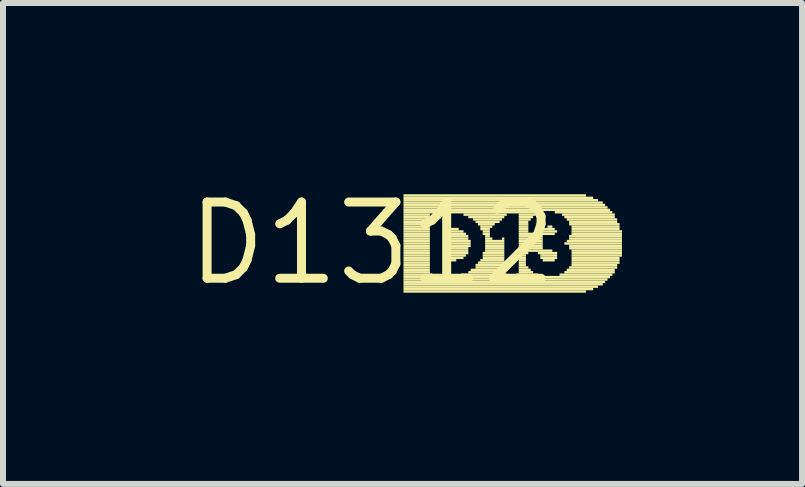
<source format=kicad_pcb>
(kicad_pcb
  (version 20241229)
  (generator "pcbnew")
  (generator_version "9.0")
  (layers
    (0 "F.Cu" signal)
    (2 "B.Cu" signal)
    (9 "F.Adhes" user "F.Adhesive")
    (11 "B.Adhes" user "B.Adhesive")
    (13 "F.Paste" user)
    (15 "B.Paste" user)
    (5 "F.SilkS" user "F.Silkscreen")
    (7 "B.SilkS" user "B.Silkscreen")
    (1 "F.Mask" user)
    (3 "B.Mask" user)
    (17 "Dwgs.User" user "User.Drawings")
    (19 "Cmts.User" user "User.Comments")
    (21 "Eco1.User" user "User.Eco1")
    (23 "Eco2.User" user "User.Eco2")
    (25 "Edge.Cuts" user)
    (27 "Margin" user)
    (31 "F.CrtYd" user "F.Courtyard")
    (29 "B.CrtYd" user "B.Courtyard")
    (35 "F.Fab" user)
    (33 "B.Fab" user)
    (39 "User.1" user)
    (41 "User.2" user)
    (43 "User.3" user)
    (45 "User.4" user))
  (footprint "D1312"
    (layer "F.Cu")
    (at 3.152 1.006)
    (property "Reference" "D1312" (at 0 0 0) (layer "F.SilkS") (effects (font (size 1.27 1.27) (thickness 0.15))))
    (fp_poly (pts (xy 0.52 -0.78) (xy 3.56 -0.78) (xy 3.56 -0.82) (xy 0.52 -0.82)) (stroke (width 0) (type default)) (fill yes) (layer "F.SilkS"))
    (fp_poly (pts (xy 0.52 -0.74) (xy 3.68 -0.74) (xy 3.68 -0.78) (xy 0.52 -0.78)) (stroke (width 0) (type default)) (fill yes) (layer "F.SilkS"))
    (fp_poly (pts (xy 0.52 -0.7) (xy 3.76 -0.7) (xy 3.76 -0.74) (xy 0.52 -0.74)) (stroke (width 0) (type default)) (fill yes) (layer "F.SilkS"))
    (fp_poly (pts (xy 0.52 -0.66) (xy 3.84 -0.66) (xy 3.84 -0.7) (xy 0.52 -0.7)) (stroke (width 0) (type default)) (fill yes) (layer "F.SilkS"))
    (fp_poly (pts (xy 0.52 -0.62) (xy 3.88 -0.62) (xy 3.88 -0.66) (xy 0.52 -0.66)) (stroke (width 0) (type default)) (fill yes) (layer "F.SilkS"))
    (fp_poly (pts (xy 0.52 -0.58) (xy 3.92 -0.58) (xy 3.92 -0.62) (xy 0.52 -0.62)) (stroke (width 0) (type default)) (fill yes) (layer "F.SilkS"))
    (fp_poly (pts (xy 0.52 -0.54) (xy 3.96 -0.54) (xy 3.96 -0.58) (xy 0.52 -0.58)) (stroke (width 0) (type default)) (fill yes) (layer "F.SilkS"))
    (fp_poly (pts (xy 0.52 -0.5) (xy 2.84 -0.5) (xy 2.84 -0.54) (xy 0.52 -0.54)) (stroke (width 0) (type default)) (fill yes) (layer "F.SilkS"))
    (fp_poly (pts (xy 0.52 -0.46) (xy 0.96 -0.46) (xy 0.96 -0.5) (xy 0.52 -0.5)) (stroke (width 0) (type default)) (fill yes) (layer "F.SilkS"))
    (fp_poly (pts (xy 0.52 -0.42) (xy 0.96 -0.42) (xy 0.96 -0.46) (xy 0.52 -0.46)) (stroke (width 0) (type default)) (fill yes) (layer "F.SilkS"))
    (fp_poly (pts (xy 0.52 -0.38) (xy 0.96 -0.38) (xy 0.96 -0.42) (xy 0.52 -0.42)) (stroke (width 0) (type default)) (fill yes) (layer "F.SilkS"))
    (fp_poly (pts (xy 0.52 -0.34) (xy 0.96 -0.34) (xy 0.96 -0.38) (xy 0.52 -0.38)) (stroke (width 0) (type default)) (fill yes) (layer "F.SilkS"))
    (fp_poly (pts (xy 0.52 -0.3) (xy 0.96 -0.3) (xy 0.96 -0.34) (xy 0.52 -0.34)) (stroke (width 0) (type default)) (fill yes) (layer "F.SilkS"))
    (fp_poly (pts (xy 0.52 -0.26) (xy 0.96 -0.26) (xy 0.96 -0.3) (xy 0.52 -0.3)) (stroke (width 0) (type default)) (fill yes) (layer "F.SilkS"))
    (fp_poly (pts (xy 0.52 -0.22) (xy 0.96 -0.22) (xy 0.96 -0.26) (xy 0.52 -0.26)) (stroke (width 0) (type default)) (fill yes) (layer "F.SilkS"))
    (fp_poly (pts (xy 0.52 -0.18) (xy 0.96 -0.18) (xy 0.96 -0.22) (xy 0.52 -0.22)) (stroke (width 0) (type default)) (fill yes) (layer "F.SilkS"))
    (fp_poly (pts (xy 0.52 -0.14) (xy 0.96 -0.14) (xy 0.96 -0.18) (xy 0.52 -0.18)) (stroke (width 0) (type default)) (fill yes) (layer "F.SilkS"))
    (fp_poly (pts (xy 0.52 -0.1) (xy 0.96 -0.1) (xy 0.96 -0.14) (xy 0.52 -0.14)) (stroke (width 0) (type default)) (fill yes) (layer "F.SilkS"))
    (fp_poly (pts (xy 0.52 -0.06) (xy 0.96 -0.06) (xy 0.96 -0.1) (xy 0.52 -0.1)) (stroke (width 0) (type default)) (fill yes) (layer "F.SilkS"))
    (fp_poly (pts (xy 0.52 -0.02) (xy 0.96 -0.02) (xy 0.96 -0.06) (xy 0.52 -0.06)) (stroke (width 0) (type default)) (fill yes) (layer "F.SilkS"))
    (fp_poly (pts (xy 0.52 0.02) (xy 0.96 0.02) (xy 0.96 -0.02) (xy 0.52 -0.02)) (stroke (width 0) (type default)) (fill yes) (layer "F.SilkS"))
    (fp_poly (pts (xy 0.52 0.06) (xy 0.96 0.06) (xy 0.96 0.02) (xy 0.52 0.02)) (stroke (width 0) (type default)) (fill yes) (layer "F.SilkS"))
    (fp_poly (pts (xy 0.52 0.1) (xy 0.96 0.1) (xy 0.96 0.06) (xy 0.52 0.06)) (stroke (width 0) (type default)) (fill yes) (layer "F.SilkS"))
    (fp_poly (pts (xy 0.52 0.14) (xy 0.96 0.14) (xy 0.96 0.1) (xy 0.52 0.1)) (stroke (width 0) (type default)) (fill yes) (layer "F.SilkS"))
    (fp_poly (pts (xy 0.52 0.18) (xy 0.96 0.18) (xy 0.96 0.14) (xy 0.52 0.14)) (stroke (width 0) (type default)) (fill yes) (layer "F.SilkS"))
    (fp_poly (pts (xy 0.52 0.22) (xy 0.96 0.22) (xy 0.96 0.18) (xy 0.52 0.18)) (stroke (width 0) (type default)) (fill yes) (layer "F.SilkS"))
    (fp_poly (pts (xy 0.52 0.26) (xy 0.96 0.26) (xy 0.96 0.22) (xy 0.52 0.22)) (stroke (width 0) (type default)) (fill yes) (layer "F.SilkS"))
    (fp_poly (pts (xy 0.52 0.3) (xy 0.96 0.3) (xy 0.96 0.26) (xy 0.52 0.26)) (stroke (width 0) (type default)) (fill yes) (layer "F.SilkS"))
    (fp_poly (pts (xy 0.52 0.34) (xy 0.96 0.34) (xy 0.96 0.3) (xy 0.52 0.3)) (stroke (width 0) (type default)) (fill yes) (layer "F.SilkS"))
    (fp_poly (pts (xy 0.52 0.38) (xy 0.96 0.38) (xy 0.96 0.34) (xy 0.52 0.34)) (stroke (width 0) (type default)) (fill yes) (layer "F.SilkS"))
    (fp_poly (pts (xy 0.52 0.42) (xy 0.96 0.42) (xy 0.96 0.38) (xy 0.52 0.38)) (stroke (width 0) (type default)) (fill yes) (layer "F.SilkS"))
    (fp_poly (pts (xy 0.52 0.46) (xy 0.96 0.46) (xy 0.96 0.42) (xy 0.52 0.42)) (stroke (width 0) (type default)) (fill yes) (layer "F.SilkS"))
    (fp_poly (pts (xy 0.52 0.5) (xy 0.96 0.5) (xy 0.96 0.46) (xy 0.52 0.46)) (stroke (width 0) (type default)) (fill yes) (layer "F.SilkS"))
    (fp_poly (pts (xy 0.52 0.54) (xy 1 0.54) (xy 1 0.5) (xy 0.52 0.5)) (stroke (width 0) (type default)) (fill yes) (layer "F.SilkS"))
    (fp_poly (pts (xy 0.52 0.58) (xy 3.96 0.58) (xy 3.96 0.54) (xy 0.52 0.54)) (stroke (width 0) (type default)) (fill yes) (layer "F.SilkS"))
    (fp_poly (pts (xy 0.52 0.62) (xy 3.92 0.62) (xy 3.92 0.58) (xy 0.52 0.58)) (stroke (width 0) (type default)) (fill yes) (layer "F.SilkS"))
    (fp_poly (pts (xy 0.52 0.66) (xy 3.88 0.66) (xy 3.88 0.62) (xy 0.52 0.62)) (stroke (width 0) (type default)) (fill yes) (layer "F.SilkS"))
    (fp_poly (pts (xy 0.52 0.7) (xy 3.84 0.7) (xy 3.84 0.66) (xy 0.52 0.66)) (stroke (width 0) (type default)) (fill yes) (layer "F.SilkS"))
    (fp_poly (pts (xy 0.52 0.74) (xy 3.76 0.74) (xy 3.76 0.7) (xy 0.52 0.7)) (stroke (width 0) (type default)) (fill yes) (layer "F.SilkS"))
    (fp_poly (pts (xy 0.52 0.78) (xy 3.68 0.78) (xy 3.68 0.74) (xy 0.52 0.74)) (stroke (width 0) (type default)) (fill yes) (layer "F.SilkS"))
    (fp_poly (pts (xy 0.52 0.82) (xy 3.56 0.82) (xy 3.56 0.78) (xy 0.52 0.78)) (stroke (width 0) (type default)) (fill yes) (layer "F.SilkS"))
    (fp_poly (pts (xy 1.2 -0.22) (xy 1.44 -0.22) (xy 1.44 -0.26) (xy 1.2 -0.26)) (stroke (width 0) (type default)) (fill yes) (layer "F.SilkS"))
    (fp_poly (pts (xy 1.2 -0.18) (xy 1.52 -0.18) (xy 1.52 -0.22) (xy 1.2 -0.22)) (stroke (width 0) (type default)) (fill yes) (layer "F.SilkS"))
    (fp_poly (pts (xy 1.2 -0.14) (xy 1.56 -0.14) (xy 1.56 -0.18) (xy 1.2 -0.18)) (stroke (width 0) (type default)) (fill yes) (layer "F.SilkS"))
    (fp_poly (pts (xy 1.2 -0.1) (xy 1.6 -0.1) (xy 1.6 -0.14) (xy 1.2 -0.14)) (stroke (width 0) (type default)) (fill yes) (layer "F.SilkS"))
    (fp_poly (pts (xy 1.2 -0.06) (xy 1.6 -0.06) (xy 1.6 -0.1) (xy 1.2 -0.1)) (stroke (width 0) (type default)) (fill yes) (layer "F.SilkS"))
    (fp_poly (pts (xy 1.2 -0.02) (xy 1.64 -0.02) (xy 1.64 -0.06) (xy 1.2 -0.06)) (stroke (width 0) (type default)) (fill yes) (layer "F.SilkS"))
    (fp_poly (pts (xy 1.2 0.02) (xy 1.64 0.02) (xy 1.64 -0.02) (xy 1.2 -0.02)) (stroke (width 0) (type default)) (fill yes) (layer "F.SilkS"))
    (fp_poly (pts (xy 1.2 0.06) (xy 1.64 0.06) (xy 1.64 0.02) (xy 1.2 0.02)) (stroke (width 0) (type default)) (fill yes) (layer "F.SilkS"))
    (fp_poly (pts (xy 1.2 0.1) (xy 1.6 0.1) (xy 1.6 0.06) (xy 1.2 0.06)) (stroke (width 0) (type default)) (fill yes) (layer "F.SilkS"))
    (fp_poly (pts (xy 1.2 0.14) (xy 1.6 0.14) (xy 1.6 0.1) (xy 1.2 0.1)) (stroke (width 0) (type default)) (fill yes) (layer "F.SilkS"))
    (fp_poly (pts (xy 1.2 0.18) (xy 1.6 0.18) (xy 1.6 0.14) (xy 1.2 0.14)) (stroke (width 0) (type default)) (fill yes) (layer "F.SilkS"))
    (fp_poly (pts (xy 1.2 0.22) (xy 1.56 0.22) (xy 1.56 0.18) (xy 1.2 0.18)) (stroke (width 0) (type default)) (fill yes) (layer "F.SilkS"))
    (fp_poly (pts (xy 1.2 0.26) (xy 1.52 0.26) (xy 1.52 0.22) (xy 1.2 0.22)) (stroke (width 0) (type default)) (fill yes) (layer "F.SilkS"))
    (fp_poly (pts (xy 1.24 0.3) (xy 1.4 0.3) (xy 1.4 0.26) (xy 1.24 0.26)) (stroke (width 0) (type default)) (fill yes) (layer "F.SilkS"))
    (fp_poly (pts (xy 1.48 0.54) (xy 2.24 0.54) (xy 2.24 0.5) (xy 1.48 0.5)) (stroke (width 0) (type default)) (fill yes) (layer "F.SilkS"))
    (fp_poly (pts (xy 1.52 -0.46) (xy 2.24 -0.46) (xy 2.24 -0.5) (xy 1.52 -0.5)) (stroke (width 0) (type default)) (fill yes) (layer "F.SilkS"))
    (fp_poly (pts (xy 1.6 -0.42) (xy 2.2 -0.42) (xy 2.2 -0.46) (xy 1.6 -0.46)) (stroke (width 0) (type default)) (fill yes) (layer "F.SilkS"))
    (fp_poly (pts (xy 1.6 0.5) (xy 2.2 0.5) (xy 2.2 0.46) (xy 1.6 0.46)) (stroke (width 0) (type default)) (fill yes) (layer "F.SilkS"))
    (fp_poly (pts (xy 1.64 0.46) (xy 2.2 0.46) (xy 2.2 0.42) (xy 1.64 0.42)) (stroke (width 0) (type default)) (fill yes) (layer "F.SilkS"))
    (fp_poly (pts (xy 1.68 -0.38) (xy 2.16 -0.38) (xy 2.16 -0.42) (xy 1.68 -0.42)) (stroke (width 0) (type default)) (fill yes) (layer "F.SilkS"))
    (fp_poly (pts (xy 1.72 -0.34) (xy 2.12 -0.34) (xy 2.12 -0.38) (xy 1.72 -0.38)) (stroke (width 0) (type default)) (fill yes) (layer "F.SilkS"))
    (fp_poly (pts (xy 1.72 0.38) (xy 2.2 0.38) (xy 2.2 0.34) (xy 1.72 0.34)) (stroke (width 0) (type default)) (fill yes) (layer "F.SilkS"))
    (fp_poly (pts (xy 1.72 0.42) (xy 2.2 0.42) (xy 2.2 0.38) (xy 1.72 0.38)) (stroke (width 0) (type default)) (fill yes) (layer "F.SilkS"))
    (fp_poly (pts (xy 1.76 -0.3) (xy 2.04 -0.3) (xy 2.04 -0.34) (xy 1.76 -0.34)) (stroke (width 0) (type default)) (fill yes) (layer "F.SilkS"))
    (fp_poly (pts (xy 1.76 0.34) (xy 2.2 0.34) (xy 2.2 0.3) (xy 1.76 0.3)) (stroke (width 0) (type default)) (fill yes) (layer "F.SilkS"))
    (fp_poly (pts (xy 1.8 -0.26) (xy 2 -0.26) (xy 2 -0.3) (xy 1.8 -0.3)) (stroke (width 0) (type default)) (fill yes) (layer "F.SilkS"))
    (fp_poly (pts (xy 1.8 -0.22) (xy 1.96 -0.22) (xy 1.96 -0.26) (xy 1.8 -0.26)) (stroke (width 0) (type default)) (fill yes) (layer "F.SilkS"))
    (fp_poly (pts (xy 1.8 0.3) (xy 2.2 0.3) (xy 2.2 0.26) (xy 1.8 0.26)) (stroke (width 0) (type default)) (fill yes) (layer "F.SilkS"))
    (fp_poly (pts (xy 1.84 -0.18) (xy 1.96 -0.18) (xy 1.96 -0.22) (xy 1.84 -0.22)) (stroke (width 0) (type default)) (fill yes) (layer "F.SilkS"))
    (fp_poly (pts (xy 1.84 -0.14) (xy 1.96 -0.14) (xy 1.96 -0.18) (xy 1.84 -0.18)) (stroke (width 0) (type default)) (fill yes) (layer "F.SilkS"))
    (fp_poly (pts (xy 1.84 0.18) (xy 2.2 0.18) (xy 2.2 0.14) (xy 1.84 0.14)) (stroke (width 0) (type default)) (fill yes) (layer "F.SilkS"))
    (fp_poly (pts (xy 1.84 0.22) (xy 2.2 0.22) (xy 2.2 0.18) (xy 1.84 0.18)) (stroke (width 0) (type default)) (fill yes) (layer "F.SilkS"))
    (fp_poly (pts (xy 1.84 0.26) (xy 2.2 0.26) (xy 2.2 0.22) (xy 1.84 0.22)) (stroke (width 0) (type default)) (fill yes) (layer "F.SilkS"))
    (fp_poly (pts (xy 1.88 -0.1) (xy 1.96 -0.1) (xy 1.96 -0.14) (xy 1.88 -0.14)) (stroke (width 0) (type default)) (fill yes) (layer "F.SilkS"))
    (fp_poly (pts (xy 1.88 -0.06) (xy 2 -0.06) (xy 2 -0.1) (xy 1.88 -0.1)) (stroke (width 0) (type default)) (fill yes) (layer "F.SilkS"))
    (fp_poly (pts (xy 1.88 -0.02) (xy 2.2 -0.02) (xy 2.2 -0.06) (xy 1.88 -0.06)) (stroke (width 0) (type default)) (fill yes) (layer "F.SilkS"))
    (fp_poly (pts (xy 1.88 0.02) (xy 2.2 0.02) (xy 2.2 -0.02) (xy 1.88 -0.02)) (stroke (width 0) (type default)) (fill yes) (layer "F.SilkS"))
    (fp_poly (pts (xy 1.88 0.06) (xy 2.2 0.06) (xy 2.2 0.02) (xy 1.88 0.02)) (stroke (width 0) (type default)) (fill yes) (layer "F.SilkS"))
    (fp_poly (pts (xy 1.88 0.1) (xy 2.2 0.1) (xy 2.2 0.06) (xy 1.88 0.06)) (stroke (width 0) (type default)) (fill yes) (layer "F.SilkS"))
    (fp_poly (pts (xy 1.88 0.14) (xy 2.2 0.14) (xy 2.2 0.1) (xy 1.88 0.1)) (stroke (width 0) (type default)) (fill yes) (layer "F.SilkS"))
    (fp_poly (pts (xy 2.16 -0.06) (xy 2.2 -0.06) (xy 2.2 -0.1) (xy 2.16 -0.1)) (stroke (width 0) (type default)) (fill yes) (layer "F.SilkS"))
    (fp_poly (pts (xy 2.4 0.54) (xy 2.76 0.54) (xy 2.76 0.5) (xy 2.4 0.5)) (stroke (width 0) (type default)) (fill yes) (layer "F.SilkS"))
    (fp_poly (pts (xy 2.44 -0.46) (xy 2.72 -0.46) (xy 2.72 -0.5) (xy 2.44 -0.5)) (stroke (width 0) (type default)) (fill yes) (layer "F.SilkS"))
    (fp_poly (pts (xy 2.44 -0.42) (xy 2.68 -0.42) (xy 2.68 -0.46) (xy 2.44 -0.46)) (stroke (width 0) (type default)) (fill yes) (layer "F.SilkS"))
    (fp_poly (pts (xy 2.44 -0.38) (xy 2.64 -0.38) (xy 2.64 -0.42) (xy 2.44 -0.42)) (stroke (width 0) (type default)) (fill yes) (layer "F.SilkS"))
    (fp_poly (pts (xy 2.44 -0.34) (xy 2.6 -0.34) (xy 2.6 -0.38) (xy 2.44 -0.38)) (stroke (width 0) (type default)) (fill yes) (layer "F.SilkS"))
    (fp_poly (pts (xy 2.44 -0.3) (xy 2.6 -0.3) (xy 2.6 -0.34) (xy 2.44 -0.34)) (stroke (width 0) (type default)) (fill yes) (layer "F.SilkS"))
    (fp_poly (pts (xy 2.44 -0.26) (xy 2.6 -0.26) (xy 2.6 -0.3) (xy 2.44 -0.3)) (stroke (width 0) (type default)) (fill yes) (layer "F.SilkS"))
    (fp_poly (pts (xy 2.44 -0.22) (xy 2.6 -0.22) (xy 2.6 -0.26) (xy 2.44 -0.26)) (stroke (width 0) (type default)) (fill yes) (layer "F.SilkS"))
    (fp_poly (pts (xy 2.44 -0.18) (xy 2.6 -0.18) (xy 2.6 -0.22) (xy 2.44 -0.22)) (stroke (width 0) (type default)) (fill yes) (layer "F.SilkS"))
    (fp_poly (pts (xy 2.44 -0.14) (xy 2.68 -0.14) (xy 2.68 -0.18) (xy 2.44 -0.18)) (stroke (width 0) (type default)) (fill yes) (layer "F.SilkS"))
    (fp_poly (pts (xy 2.44 -0.1) (xy 2.84 -0.1) (xy 2.84 -0.14) (xy 2.44 -0.14)) (stroke (width 0) (type default)) (fill yes) (layer "F.SilkS"))
    (fp_poly (pts (xy 2.44 -0.06) (xy 2.84 -0.06) (xy 2.84 -0.1) (xy 2.44 -0.1)) (stroke (width 0) (type default)) (fill yes) (layer "F.SilkS"))
    (fp_poly (pts (xy 2.44 -0.02) (xy 2.84 -0.02) (xy 2.84 -0.06) (xy 2.44 -0.06)) (stroke (width 0) (type default)) (fill yes) (layer "F.SilkS"))
    (fp_poly (pts (xy 2.44 0.02) (xy 2.84 0.02) (xy 2.84 -0.02) (xy 2.44 -0.02)) (stroke (width 0) (type default)) (fill yes) (layer "F.SilkS"))
    (fp_poly (pts (xy 2.44 0.06) (xy 2.84 0.06) (xy 2.84 0.02) (xy 2.44 0.02)) (stroke (width 0) (type default)) (fill yes) (layer "F.SilkS"))
    (fp_poly (pts (xy 2.44 0.1) (xy 2.84 0.1) (xy 2.84 0.06) (xy 2.44 0.06)) (stroke (width 0) (type default)) (fill yes) (layer "F.SilkS"))
    (fp_poly (pts (xy 2.44 0.14) (xy 3 0.14) (xy 3 0.1) (xy 2.44 0.1)) (stroke (width 0) (type default)) (fill yes) (layer "F.SilkS"))
    (fp_poly (pts (xy 2.44 0.18) (xy 2.6 0.18) (xy 2.6 0.14) (xy 2.44 0.14)) (stroke (width 0) (type default)) (fill yes) (layer "F.SilkS"))
    (fp_poly (pts (xy 2.44 0.22) (xy 2.56 0.22) (xy 2.56 0.18) (xy 2.44 0.18)) (stroke (width 0) (type default)) (fill yes) (layer "F.SilkS"))
    (fp_poly (pts (xy 2.44 0.26) (xy 2.56 0.26) (xy 2.56 0.22) (xy 2.44 0.22)) (stroke (width 0) (type default)) (fill yes) (layer "F.SilkS"))
    (fp_poly (pts (xy 2.44 0.3) (xy 2.56 0.3) (xy 2.56 0.26) (xy 2.44 0.26)) (stroke (width 0) (type default)) (fill yes) (layer "F.SilkS"))
    (fp_poly (pts (xy 2.44 0.34) (xy 2.56 0.34) (xy 2.56 0.3) (xy 2.44 0.3)) (stroke (width 0) (type default)) (fill yes) (layer "F.SilkS"))
    (fp_poly (pts (xy 2.44 0.38) (xy 2.56 0.38) (xy 2.56 0.34) (xy 2.44 0.34)) (stroke (width 0) (type default)) (fill yes) (layer "F.SilkS"))
    (fp_poly (pts (xy 2.44 0.42) (xy 2.6 0.42) (xy 2.6 0.38) (xy 2.44 0.38)) (stroke (width 0) (type default)) (fill yes) (layer "F.SilkS"))
    (fp_poly (pts (xy 2.44 0.46) (xy 2.64 0.46) (xy 2.64 0.42) (xy 2.44 0.42)) (stroke (width 0) (type default)) (fill yes) (layer "F.SilkS"))
    (fp_poly (pts (xy 2.44 0.5) (xy 2.68 0.5) (xy 2.68 0.46) (xy 2.44 0.46)) (stroke (width 0) (type default)) (fill yes) (layer "F.SilkS"))
    (fp_poly (pts (xy 2.76 -0.14) (xy 3.04 -0.14) (xy 3.04 -0.18) (xy 2.76 -0.18)) (stroke (width 0) (type default)) (fill yes) (layer "F.SilkS"))
    (fp_poly (pts (xy 2.76 0.18) (xy 3.08 0.18) (xy 3.08 0.14) (xy 2.76 0.14)) (stroke (width 0) (type default)) (fill yes) (layer "F.SilkS"))
    (fp_poly (pts (xy 2.8 -0.18) (xy 3.08 -0.18) (xy 3.08 -0.22) (xy 2.8 -0.22)) (stroke (width 0) (type default)) (fill yes) (layer "F.SilkS"))
    (fp_poly (pts (xy 2.8 0.22) (xy 3.08 0.22) (xy 3.08 0.18) (xy 2.8 0.18)) (stroke (width 0) (type default)) (fill yes) (layer "F.SilkS"))
    (fp_poly (pts (xy 2.8 0.26) (xy 3.08 0.26) (xy 3.08 0.22) (xy 2.8 0.22)) (stroke (width 0) (type default)) (fill yes) (layer "F.SilkS"))
    (fp_poly (pts (xy 2.84 -0.22) (xy 3.04 -0.22) (xy 3.04 -0.26) (xy 2.84 -0.26)) (stroke (width 0) (type default)) (fill yes) (layer "F.SilkS"))
    (fp_poly (pts (xy 2.84 0.3) (xy 3.04 0.3) (xy 3.04 0.26) (xy 2.84 0.26)) (stroke (width 0) (type default)) (fill yes) (layer "F.SilkS"))
    (fp_poly (pts (xy 2.92 -0.26) (xy 3 -0.26) (xy 3 -0.3) (xy 2.92 -0.3)) (stroke (width 0) (type default)) (fill yes) (layer "F.SilkS"))
    (fp_poly (pts (xy 3.04 -0.5) (xy 4 -0.5) (xy 4 -0.54) (xy 3.04 -0.54)) (stroke (width 0) (type default)) (fill yes) (layer "F.SilkS"))
    (fp_poly (pts (xy 3.12 0.54) (xy 4 0.54) (xy 4 0.5) (xy 3.12 0.5)) (stroke (width 0) (type default)) (fill yes) (layer "F.SilkS"))
    (fp_poly (pts (xy 3.16 -0.46) (xy 4.04 -0.46) (xy 4.04 -0.5) (xy 3.16 -0.5)) (stroke (width 0) (type default)) (fill yes) (layer "F.SilkS"))
    (fp_poly (pts (xy 3.2 -0.42) (xy 4.04 -0.42) (xy 4.04 -0.46) (xy 3.2 -0.46)) (stroke (width 0) (type default)) (fill yes) (layer "F.SilkS"))
    (fp_poly (pts (xy 3.2 0.02) (xy 4.16 0.02) (xy 4.16 -0.02) (xy 3.2 -0.02)) (stroke (width 0) (type default)) (fill yes) (layer "F.SilkS"))
    (fp_poly (pts (xy 3.2 0.5) (xy 4.04 0.5) (xy 4.04 0.46) (xy 3.2 0.46)) (stroke (width 0) (type default)) (fill yes) (layer "F.SilkS"))
    (fp_poly (pts (xy 3.24 -0.38) (xy 4.08 -0.38) (xy 4.08 -0.42) (xy 3.24 -0.42)) (stroke (width 0) (type default)) (fill yes) (layer "F.SilkS"))
    (fp_poly (pts (xy 3.24 -0.02) (xy 4.16 -0.02) (xy 4.16 -0.06) (xy 3.24 -0.06)) (stroke (width 0) (type default)) (fill yes) (layer "F.SilkS"))
    (fp_poly (pts (xy 3.24 0.46) (xy 4.04 0.46) (xy 4.04 0.42) (xy 3.24 0.42)) (stroke (width 0) (type default)) (fill yes) (layer "F.SilkS"))
    (fp_poly (pts (xy 3.28 -0.34) (xy 4.08 -0.34) (xy 4.08 -0.38) (xy 3.28 -0.38)) (stroke (width 0) (type default)) (fill yes) (layer "F.SilkS"))
    (fp_poly (pts (xy 3.28 -0.3) (xy 4.12 -0.3) (xy 4.12 -0.34) (xy 3.28 -0.34)) (stroke (width 0) (type default)) (fill yes) (layer "F.SilkS"))
    (fp_poly (pts (xy 3.28 -0.1) (xy 4.16 -0.1) (xy 4.16 -0.14) (xy 3.28 -0.14)) (stroke (width 0) (type default)) (fill yes) (layer "F.SilkS"))
    (fp_poly (pts (xy 3.28 -0.06) (xy 4.16 -0.06) (xy 4.16 -0.1) (xy 3.28 -0.1)) (stroke (width 0) (type default)) (fill yes) (layer "F.SilkS"))
    (fp_poly (pts (xy 3.28 0.06) (xy 4.16 0.06) (xy 4.16 0.02) (xy 3.28 0.02)) (stroke (width 0) (type default)) (fill yes) (layer "F.SilkS"))
    (fp_poly (pts (xy 3.28 0.1) (xy 4.16 0.1) (xy 4.16 0.06) (xy 3.28 0.06)) (stroke (width 0) (type default)) (fill yes) (layer "F.SilkS"))
    (fp_poly (pts (xy 3.28 0.42) (xy 4.08 0.42) (xy 4.08 0.38) (xy 3.28 0.38)) (stroke (width 0) (type default)) (fill yes) (layer "F.SilkS"))
    (fp_poly (pts (xy 3.32 -0.26) (xy 4.12 -0.26) (xy 4.12 -0.3) (xy 3.32 -0.3)) (stroke (width 0) (type default)) (fill yes) (layer "F.SilkS"))
    (fp_poly (pts (xy 3.32 -0.22) (xy 4.12 -0.22) (xy 4.12 -0.26) (xy 3.32 -0.26)) (stroke (width 0) (type default)) (fill yes) (layer "F.SilkS"))
    (fp_poly (pts (xy 3.32 -0.18) (xy 4.16 -0.18) (xy 4.16 -0.22) (xy 3.32 -0.22)) (stroke (width 0) (type default)) (fill yes) (layer "F.SilkS"))
    (fp_poly (pts (xy 3.32 -0.14) (xy 4.16 -0.14) (xy 4.16 -0.18) (xy 3.32 -0.18)) (stroke (width 0) (type default)) (fill yes) (layer "F.SilkS"))
    (fp_poly (pts (xy 3.32 0.14) (xy 4.16 0.14) (xy 4.16 0.1) (xy 3.32 0.1)) (stroke (width 0) (type default)) (fill yes) (layer "F.SilkS"))
    (fp_poly (pts (xy 3.32 0.18) (xy 4.16 0.18) (xy 4.16 0.14) (xy 3.32 0.14)) (stroke (width 0) (type default)) (fill yes) (layer "F.SilkS"))
    (fp_poly (pts (xy 3.32 0.22) (xy 4.16 0.22) (xy 4.16 0.18) (xy 3.32 0.18)) (stroke (width 0) (type default)) (fill yes) (layer "F.SilkS"))
    (fp_poly (pts (xy 3.32 0.26) (xy 4.12 0.26) (xy 4.12 0.22) (xy 3.32 0.22)) (stroke (width 0) (type default)) (fill yes) (layer "F.SilkS"))
    (fp_poly (pts (xy 3.32 0.3) (xy 4.12 0.3) (xy 4.12 0.26) (xy 3.32 0.26)) (stroke (width 0) (type default)) (fill yes) (layer "F.SilkS"))
    (fp_poly (pts (xy 3.32 0.34) (xy 4.12 0.34) (xy 4.12 0.3) (xy 3.32 0.3)) (stroke (width 0) (type default)) (fill yes) (layer "F.SilkS"))
    (fp_poly (pts (xy 3.32 0.38) (xy 4.08 0.38) (xy 4.08 0.34) (xy 3.32 0.34)) (stroke (width 0) (type default)) (fill yes) (layer "F.SilkS")))
  (gr_rect
    (start -3 -3)
    (end 10.312 5.012)
    (stroke (width 0.1) (type default))
    (fill no)
    (layer "Edge.Cuts")))
</source>
